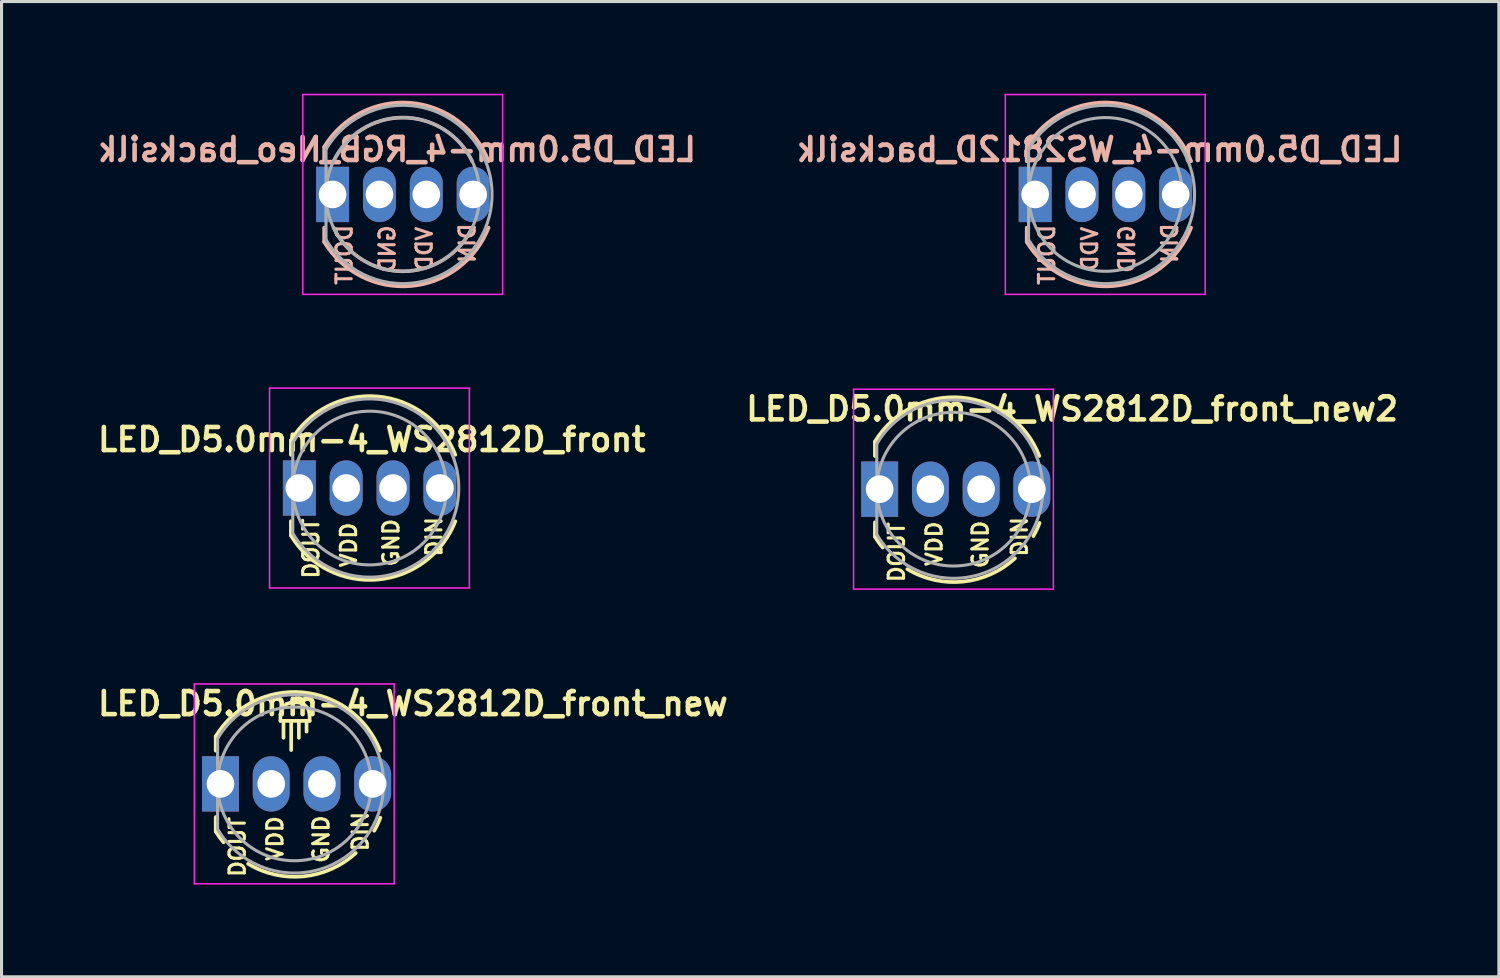
<source format=kicad_pcb>
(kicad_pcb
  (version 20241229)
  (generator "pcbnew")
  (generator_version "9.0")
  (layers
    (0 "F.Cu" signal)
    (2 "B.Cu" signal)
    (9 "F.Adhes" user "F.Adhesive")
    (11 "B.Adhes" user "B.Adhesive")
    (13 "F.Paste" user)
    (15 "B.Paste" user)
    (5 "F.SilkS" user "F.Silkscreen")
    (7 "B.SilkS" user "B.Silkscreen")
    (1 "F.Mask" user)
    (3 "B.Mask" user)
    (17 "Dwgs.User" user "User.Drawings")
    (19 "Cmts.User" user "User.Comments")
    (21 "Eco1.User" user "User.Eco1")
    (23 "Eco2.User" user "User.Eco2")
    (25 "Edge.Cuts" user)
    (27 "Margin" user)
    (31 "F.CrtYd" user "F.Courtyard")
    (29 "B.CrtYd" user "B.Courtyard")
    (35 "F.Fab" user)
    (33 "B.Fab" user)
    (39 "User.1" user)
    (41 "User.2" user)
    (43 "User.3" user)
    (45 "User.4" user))
  (footprint "LED_D5.0mm-4_WS2812D_front"
    (layer "F.Cu")
    (at 7.068 12.825)
    (property "Reference" "LED_D5.0mm-4_WS2812D_front" (at 1.975 -1.575 0) (layer "F.SilkS") (effects (font (size 0.75 0.75) (thickness 0.15))))
    (attr through_hole)
    (fp_line (start -0.655 -1.545) (end -0.655 -1.08) (stroke (width 0.12) (type solid)) (layer "F.SilkS"))
    (fp_line (start -0.655 1.08) (end -0.655 1.545) (stroke (width 0.12) (type solid)) (layer "F.SilkS"))
    (fp_arc (start -0.655 -1.54483) (mid 2.163456 -2.978809) (end 4.692815 -1.080827) (stroke (width 0.12) (type solid)) (layer "F.SilkS"))
    (fp_arc (start 4.692815 1.080827) (mid 2.163456 2.978808) (end -0.655 1.54483) (stroke (width 0.12) (type solid)) (layer "F.SilkS"))
    (fp_line (start -1.35 -3.25) (end -1.35 3.25) (stroke (width 0.05) (type solid)) (layer "F.CrtYd"))
    (fp_line (start -1.35 3.25) (end 5.15 3.25) (stroke (width 0.05) (type solid)) (layer "F.CrtYd"))
    (fp_line (start 5.15 -3.25) (end -1.35 -3.25) (stroke (width 0.05) (type solid)) (layer "F.CrtYd"))
    (fp_line (start 5.15 3.25) (end 5.15 -3.25) (stroke (width 0.05) (type solid)) (layer "F.CrtYd"))
    (fp_line (start -0.595 -1.47) (end -0.595 1.47) (stroke (width 0.1) (type solid)) (layer "F.Fab"))
    (fp_arc (start -0.595 -1.469694) (mid 4.805 0.000016) (end -0.595016 1.469666) (stroke (width 0.1) (type solid)) (layer "F.Fab"))
    (fp_circle (center 1.905 0) (end 4.405 0) (stroke (width 0.1) (type solid)) (fill no) (layer "F.Fab"))
    (fp_text user "DIN" (at 4 1.587 90) (layer "F.SilkS") (effects (font (size 0.5 0.5) (thickness 0.1))))
    (fp_text user "VDD" (at 1.225 1.85 90) (layer "F.SilkS") (effects (font (size 0.5 0.5) (thickness 0.1))))
    (fp_text user "DOUT" (at 0 1.968 90) (layer "F.SilkS") (effects (font (size 0.5 0.5) (thickness 0.1))))
    (fp_text user "GND" (at 2.603 1.778 90) (layer "F.SilkS") (effects (font (size 0.5 0.5) (thickness 0.1))))
    (pad "1" thru_hole rect (at -0.381 0) (size 1.07 1.8) (drill 0.9) (layers "*.Cu" "*.Mask"))
    (pad "2" thru_hole oval (at 1.143 0) (size 1.07 1.8) (drill 0.9) (layers "*.Cu" "*.Mask"))
    (pad "3" thru_hole oval (at 2.667 0) (size 1.07 1.8) (drill 0.9) (layers "*.Cu" "*.Mask"))
    (pad "4" thru_hole oval (at 4.191 0) (size 1.07 1.8) (drill 0.9) (layers "*.Cu" "*.Mask")))
  (footprint "LED_D5.0mm-4_WS2812D_front_new"
    (layer "F.Cu")
    (at 4.622 22.449)
    (property "Reference" "LED_D5.0mm-4_WS2812D_front_new" (at 5.76 -2.61 0) (layer "F.SilkS") (effects (font (size 0.75 0.75) (thickness 0.15))))
    (attr through_hole)
    (fp_line (start -0.655 -1.545) (end -0.655 -1.08) (stroke (width 0.12) (type solid)) (layer "F.SilkS"))
    (fp_line (start -0.655 1.08) (end -0.655 1.545) (stroke (width 0.12) (type solid)) (layer "F.SilkS"))
    (fp_line (start 1.45 -2.25) (end 1.5 -2.45) (stroke (width 0.12) (type solid)) (layer "F.SilkS"))
    (fp_line (start 1.45 -2.05) (end 1.45 -2.25) (stroke (width 0.12) (type solid)) (layer "F.SilkS"))
    (fp_line (start 1.45 -2.05) (end 2.4 -2.05) (stroke (width 0.12) (type solid)) (layer "F.SilkS"))
    (fp_line (start 1.5 -2.45) (end 1.65 -2.6) (stroke (width 0.12) (type solid)) (layer "F.SilkS"))
    (fp_line (start 1.55 -2.05) (end 1.55 -1.5) (stroke (width 0.12) (type solid)) (layer "F.SilkS"))
    (fp_line (start 1.65 -2.6) (end 1.8 -2.65) (stroke (width 0.12) (type solid)) (layer "F.SilkS"))
    (fp_line (start 1.8 -2.65) (end 2.05 -2.65) (stroke (width 0.12) (type solid)) (layer "F.SilkS"))
    (fp_line (start 1.8 -1.1) (end 1.8 -2.05) (stroke (width 0.12) (type solid)) (layer "F.SilkS"))
    (fp_line (start 2.05 -1.5) (end 2.05 -2.05) (stroke (width 0.12) (type solid)) (layer "F.SilkS"))
    (fp_line (start 2.2 -2.6) (end 2.05 -2.65) (stroke (width 0.12) (type solid)) (layer "F.SilkS"))
    (fp_line (start 2.3 -2.05) (end 2.3 -1.7) (stroke (width 0.12) (type solid)) (layer "F.SilkS"))
    (fp_line (start 2.35 -2.45) (end 2.2 -2.6) (stroke (width 0.12) (type solid)) (layer "F.SilkS"))
    (fp_line (start 2.4 -2.25) (end 2.35 -2.45) (stroke (width 0.12) (type solid)) (layer "F.SilkS"))
    (fp_line (start 2.4 -2.05) (end 2.4 -2.25) (stroke (width 0.12) (type solid)) (layer "F.SilkS"))
    (fp_arc (start -0.655 -1.54483) (mid 2.163456 -2.978809) (end 4.692815 -1.080827) (stroke (width 0.12) (type solid)) (layer "F.SilkS"))
    (fp_arc (start -0.4 1.9) (mid -0.529226 1.738476) (end -0.643456 1.566022) (stroke (width 0.12) (type solid)) (layer "F.SilkS"))
    (fp_arc (start 3.9 2.25) (mid 2.20831 3.008106) (end 0.4 2.6) (stroke (width 0.12) (type solid)) (layer "F.SilkS"))
    (fp_arc (start 4.699314 1.1) (mid 4.609764 1.31724) (end 4.5 1.525) (stroke (width 0.12) (type solid)) (layer "F.SilkS"))
    (fp_line (start -1.35 -3.25) (end -1.35 3.25) (stroke (width 0.05) (type solid)) (layer "F.CrtYd"))
    (fp_line (start -1.35 3.25) (end 5.15 3.25) (stroke (width 0.05) (type solid)) (layer "F.CrtYd"))
    (fp_line (start 5.15 -3.25) (end -1.35 -3.25) (stroke (width 0.05) (type solid)) (layer "F.CrtYd"))
    (fp_line (start 5.15 3.25) (end 5.15 -3.25) (stroke (width 0.05) (type solid)) (layer "F.CrtYd"))
    (fp_line (start -0.595 -1.47) (end -0.595 1.47) (stroke (width 0.1) (type solid)) (layer "F.Fab"))
    (fp_arc (start -0.595 -1.469694) (mid 4.805 0.000016) (end -0.595016 1.469666) (stroke (width 0.1) (type solid)) (layer "F.Fab"))
    (fp_circle (center 1.905 0) (end 4.405 0) (stroke (width 0.1) (type solid)) (fill no) (layer "F.Fab"))
    (fp_text user "VDD" (at 1.275 1.775 90) (layer "F.SilkS") (effects (font (size 0.5 0.5) (thickness 0.1))))
    (fp_text user "DIN" (at 4.05 1.55 90) (layer "F.SilkS") (effects (font (size 0.5 0.5) (thickness 0.1))))
    (fp_text user "DOUT" (at 0.05 2.05 90) (layer "F.SilkS") (effects (font (size 0.5 0.5) (thickness 0.1))))
    (fp_text user "GND" (at 2.775 1.8 90) (layer "F.SilkS") (effects (font (size 0.5 0.5) (thickness 0.1))))
    (pad "1" thru_hole rect (at -0.5 0) (size 1.2 1.8) (drill 0.9) (layers "*.Cu" "*.Mask"))
    (pad "2" thru_hole oval (at 1.15 0) (size 1.2 1.8) (drill 0.9) (layers "*.Cu" "*.Mask"))
    (pad "3" thru_hole oval (at 2.8 0) (size 1.2 1.8) (drill 0.9) (layers "*.Cu" "*.Mask"))
    (pad "4" thru_hole oval (at 4.45 0) (size 1.2 1.8) (drill 0.9) (layers "*.Cu" "*.Mask")))
  (footprint "LED_D5.0mm-4_RGB_Neo_backsilk"
    (layer "F.Cu")
    (at 8.15 3.275)
    (property "Reference" "LED_D5.0mm-4_RGB_Neo_backsilk" (at 1.714 -1.46 0) (layer "B.SilkS") (effects (font (size 0.75 0.75) (thickness 0.15)) (justify mirror)))
    (attr through_hole)
    (fp_line (start -0.655 -1.545) (end -0.655 -1.08) (stroke (width 0.12) (type solid)) (layer "B.SilkS"))
    (fp_line (start -0.655 1.08) (end -0.655 1.545) (stroke (width 0.12) (type solid)) (layer "B.SilkS"))
    (fp_arc (start -0.655 -1.54483) (mid 2.163456 -2.978809) (end 4.692815 -1.080827) (stroke (width 0.12) (type solid)) (layer "B.SilkS"))
    (fp_arc (start -0.349684 -1.08) (mid 1.904762 -2.5) (end 4.159479 -1.080429) (stroke (width 0.12) (type solid)) (layer "B.SilkS"))
    (fp_arc (start 4.159479 1.080429) (mid 1.904762 2.5) (end -0.349684 1.08) (stroke (width 0.12) (type solid)) (layer "B.SilkS"))
    (fp_arc (start 4.692815 1.080827) (mid 2.163456 2.978808) (end -0.655 1.54483) (stroke (width 0.12) (type solid)) (layer "B.SilkS"))
    (fp_line (start -1.35 -3.25) (end -1.35 3.25) (stroke (width 0.05) (type solid)) (layer "F.CrtYd"))
    (fp_line (start -1.35 3.25) (end 5.15 3.25) (stroke (width 0.05) (type solid)) (layer "F.CrtYd"))
    (fp_line (start 5.15 -3.25) (end -1.35 -3.25) (stroke (width 0.05) (type solid)) (layer "F.CrtYd"))
    (fp_line (start 5.15 3.25) (end 5.15 -3.25) (stroke (width 0.05) (type solid)) (layer "F.CrtYd"))
    (fp_line (start -0.595 -1.47) (end -0.595 1.47) (stroke (width 0.1) (type solid)) (layer "F.Fab"))
    (fp_arc (start -0.595 -1.469694) (mid 4.805 0.000016) (end -0.595016 1.469666) (stroke (width 0.1) (type solid)) (layer "F.Fab"))
    (fp_circle (center 1.905 0) (end 4.405 0) (stroke (width 0.1) (type solid)) (fill no) (layer "F.Fab"))
    (fp_text user "GND" (at 1.397 1.778 90) (layer "B.SilkS") (effects (font (size 0.5 0.5) (thickness 0.1)) (justify mirror)))
    (fp_text user "DIN" (at 4 1.587 90) (layer "B.SilkS") (effects (font (size 0.5 0.5) (thickness 0.1)) (justify mirror)))
    (fp_text user "DOUT" (at 0 1.968 90) (layer "B.SilkS") (effects (font (size 0.5 0.5) (thickness 0.1)) (justify mirror)))
    (fp_text user "VDD" (at 2.603 1.778 90) (layer "B.SilkS") (effects (font (size 0.5 0.5) (thickness 0.1)) (justify mirror)))
    (pad "1" thru_hole rect (at -0.381 0) (size 1.07 1.8) (drill 0.9) (layers "*.Cu" "*.Mask"))
    (pad "2" thru_hole oval (at 1.143 0) (size 1.07 1.8) (drill 0.9) (layers "*.Cu" "*.Mask"))
    (pad "3" thru_hole oval (at 2.667 0) (size 1.07 1.8) (drill 0.9) (layers "*.Cu" "*.Mask"))
    (pad "4" thru_hole oval (at 4.191 0) (size 1.07 1.8) (drill 0.9) (layers "*.Cu" "*.Mask")))
  (footprint "LED_D5.0mm-4_WS2812D_backsilk"
    (layer "F.Cu")
    (at 31.003 3.275)
    (property "Reference" "LED_D5.0mm-4_WS2812D_backsilk" (at 1.714 -1.46 0) (layer "B.SilkS") (effects (font (size 0.75 0.75) (thickness 0.15)) (justify mirror)))
    (attr through_hole)
    (fp_line (start -0.655 -1.545) (end -0.655 -1.08) (stroke (width 0.12) (type solid)) (layer "B.SilkS"))
    (fp_line (start -0.655 1.08) (end -0.655 1.545) (stroke (width 0.12) (type solid)) (layer "B.SilkS"))
    (fp_arc (start -0.655 -1.54483) (mid 2.163456 -2.978809) (end 4.692815 -1.080827) (stroke (width 0.12) (type solid)) (layer "B.SilkS"))
    (fp_arc (start 4.692815 1.080827) (mid 2.163456 2.978808) (end -0.655 1.54483) (stroke (width 0.12) (type solid)) (layer "B.SilkS"))
    (fp_line (start -1.35 -3.25) (end -1.35 3.25) (stroke (width 0.05) (type solid)) (layer "F.CrtYd"))
    (fp_line (start -1.35 3.25) (end 5.15 3.25) (stroke (width 0.05) (type solid)) (layer "F.CrtYd"))
    (fp_line (start 5.15 -3.25) (end -1.35 -3.25) (stroke (width 0.05) (type solid)) (layer "F.CrtYd"))
    (fp_line (start 5.15 3.25) (end 5.15 -3.25) (stroke (width 0.05) (type solid)) (layer "F.CrtYd"))
    (fp_line (start -0.595 -1.47) (end -0.595 1.47) (stroke (width 0.1) (type solid)) (layer "F.Fab"))
    (fp_arc (start -0.595 -1.469694) (mid 4.805 0.000016) (end -0.595016 1.469666) (stroke (width 0.1) (type solid)) (layer "F.Fab"))
    (fp_circle (center 1.905 0) (end 4.405 0) (stroke (width 0.1) (type solid)) (fill no) (layer "F.Fab"))
    (fp_text user "DIN" (at 4 1.587 90) (layer "B.SilkS") (effects (font (size 0.5 0.5) (thickness 0.1)) (justify mirror)))
    (fp_text user "DOUT" (at 0 1.968 90) (layer "B.SilkS") (effects (font (size 0.5 0.5) (thickness 0.1)) (justify mirror)))
    (fp_text user "GND" (at 2.603 1.778 90) (layer "B.SilkS") (effects (font (size 0.5 0.5) (thickness 0.1)) (justify mirror)))
    (fp_text user "VDD" (at 1.397 1.778 90) (layer "B.SilkS") (effects (font (size 0.5 0.5) (thickness 0.1)) (justify mirror)))
    (pad "1" thru_hole rect (at -0.381 0) (size 1.07 1.8) (drill 0.9) (layers "*.Cu" "*.Mask"))
    (pad "2" thru_hole oval (at 1.143 0) (size 1.07 1.8) (drill 0.9) (layers "*.Cu" "*.Mask"))
    (pad "3" thru_hole oval (at 2.667 0) (size 1.07 1.8) (drill 0.9) (layers "*.Cu" "*.Mask"))
    (pad "4" thru_hole oval (at 4.191 0) (size 1.07 1.8) (drill 0.9) (layers "*.Cu" "*.Mask")))
  (footprint "LED_D5.0mm-4_WS2812D_front_new2"
    (layer "F.Cu")
    (at 26.065 12.862)
    (property "Reference" "LED_D5.0mm-4_WS2812D_front_new2" (at 5.76 -2.61 0) (layer "F.SilkS") (effects (font (size 0.75 0.75) (thickness 0.15))))
    (attr through_hole)
    (fp_line (start -0.655 -1.545) (end -0.655 -1.08) (stroke (width 0.12) (type solid)) (layer "F.SilkS"))
    (fp_line (start -0.655 1.08) (end -0.655 1.545) (stroke (width 0.12) (type solid)) (layer "F.SilkS"))
    (fp_arc (start -0.655 -1.54483) (mid 2.163456 -2.978809) (end 4.692815 -1.080827) (stroke (width 0.12) (type solid)) (layer "F.SilkS"))
    (fp_arc (start -0.4 1.9) (mid -0.529226 1.738476) (end -0.643456 1.566022) (stroke (width 0.12) (type solid)) (layer "F.SilkS"))
    (fp_arc (start 3.9 2.25) (mid 2.20831 3.008106) (end 0.4 2.6) (stroke (width 0.12) (type solid)) (layer "F.SilkS"))
    (fp_arc (start 4.699314 1.1) (mid 4.609764 1.31724) (end 4.5 1.525) (stroke (width 0.12) (type solid)) (layer "F.SilkS"))
    (fp_line (start -1.35 -3.25) (end -1.35 3.25) (stroke (width 0.05) (type solid)) (layer "F.CrtYd"))
    (fp_line (start -1.35 3.25) (end 5.15 3.25) (stroke (width 0.05) (type solid)) (layer "F.CrtYd"))
    (fp_line (start 5.15 -3.25) (end -1.35 -3.25) (stroke (width 0.05) (type solid)) (layer "F.CrtYd"))
    (fp_line (start 5.15 3.25) (end 5.15 -3.25) (stroke (width 0.05) (type solid)) (layer "F.CrtYd"))
    (fp_line (start -0.595 -1.47) (end -0.595 1.47) (stroke (width 0.1) (type solid)) (layer "F.Fab"))
    (fp_arc (start -0.595 -1.469694) (mid 4.805 0.000016) (end -0.595016 1.469666) (stroke (width 0.1) (type solid)) (layer "F.Fab"))
    (fp_circle (center 1.905 0) (end 4.405 0) (stroke (width 0.1) (type solid)) (fill no) (layer "F.Fab"))
    (fp_text user "DOUT" (at 0.05 2.05 90) (layer "F.SilkS") (effects (font (size 0.5 0.5) (thickness 0.1))))
    (fp_text user "VDD" (at 1.275 1.775 90) (layer "F.SilkS") (effects (font (size 0.5 0.5) (thickness 0.1))))
    (fp_text user "DIN" (at 4.05 1.55 90) (layer "F.SilkS") (effects (font (size 0.5 0.5) (thickness 0.1))))
    (fp_text user "GND" (at 2.775 1.8 90) (layer "F.SilkS") (effects (font (size 0.5 0.5) (thickness 0.1))))
    (pad "1" thru_hole rect (at -0.5 0) (size 1.2 1.8) (drill 0.9) (layers "*.Cu" "*.Mask"))
    (pad "2" thru_hole oval (at 1.15 0) (size 1.2 1.8) (drill 0.9) (layers "*.Cu" "*.Mask"))
    (pad "3" thru_hole oval (at 2.8 0) (size 1.2 1.8) (drill 0.9) (layers "*.Cu" "*.Mask"))
    (pad "4" thru_hole oval (at 4.45 0) (size 1.2 1.8) (drill 0.9) (layers "*.Cu" "*.Mask")))
  (gr_rect
    (start -3 -3)
    (end 45.707 28.724)
    (stroke (width 0.1) (type default))
    (fill no)
    (layer "Edge.Cuts")))
</source>
